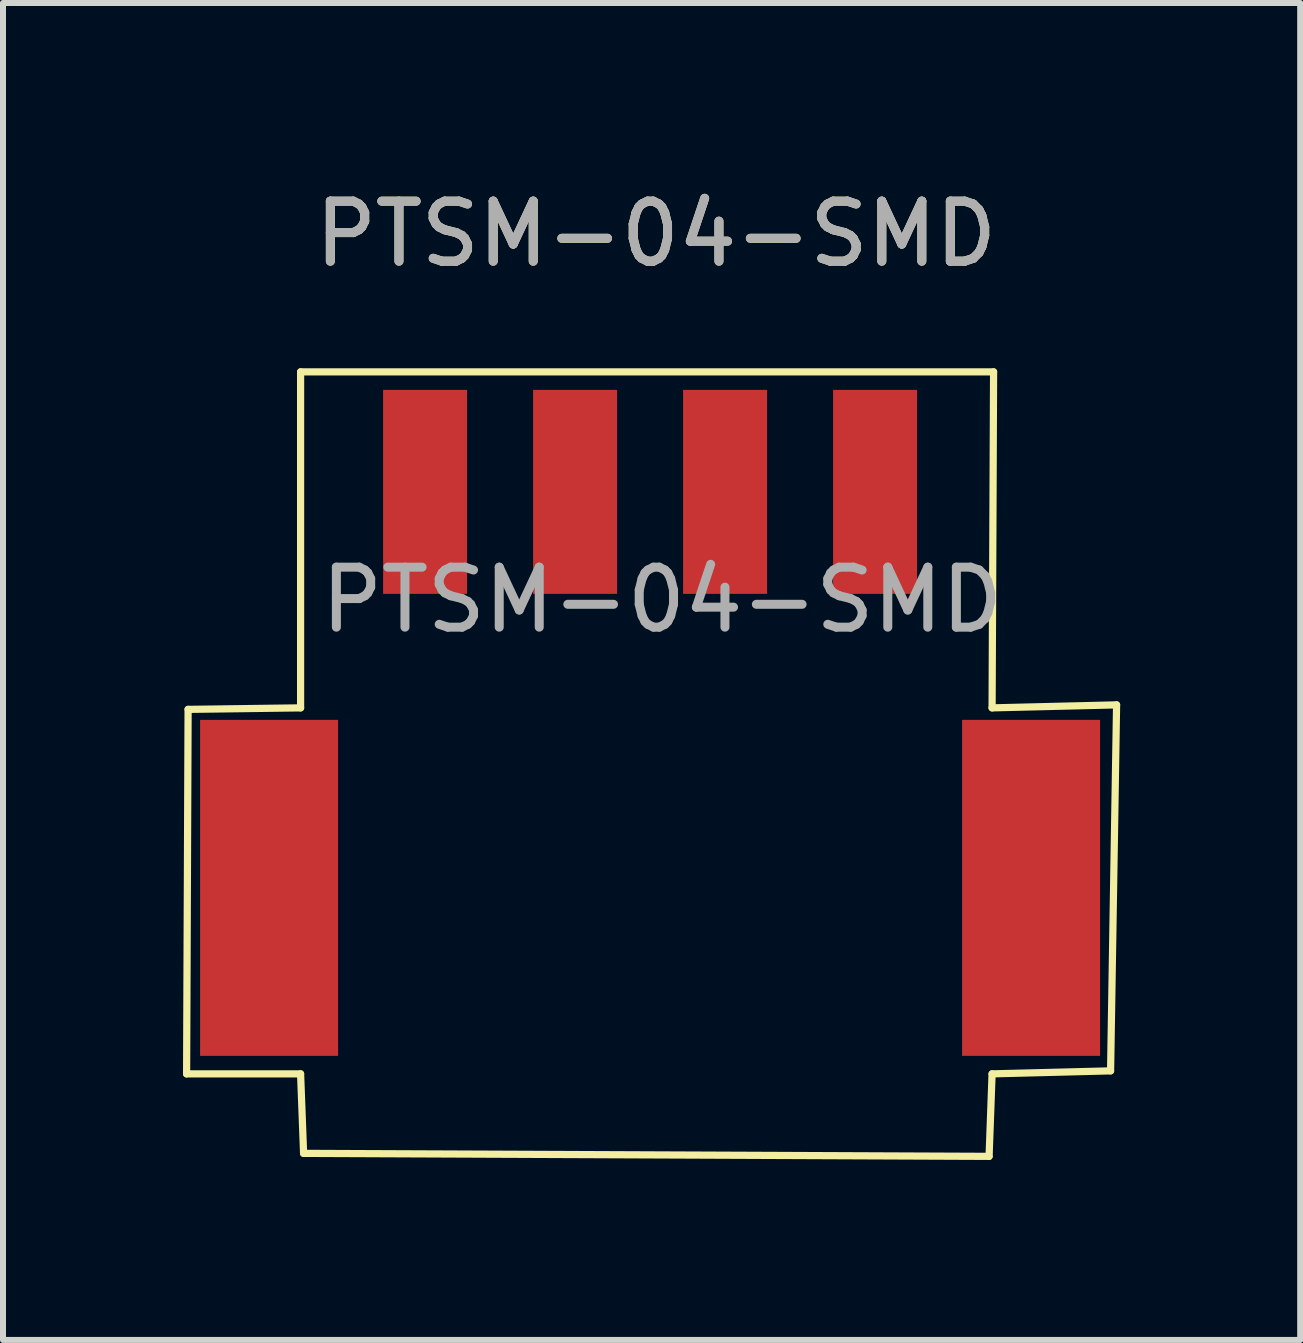
<source format=kicad_pcb>
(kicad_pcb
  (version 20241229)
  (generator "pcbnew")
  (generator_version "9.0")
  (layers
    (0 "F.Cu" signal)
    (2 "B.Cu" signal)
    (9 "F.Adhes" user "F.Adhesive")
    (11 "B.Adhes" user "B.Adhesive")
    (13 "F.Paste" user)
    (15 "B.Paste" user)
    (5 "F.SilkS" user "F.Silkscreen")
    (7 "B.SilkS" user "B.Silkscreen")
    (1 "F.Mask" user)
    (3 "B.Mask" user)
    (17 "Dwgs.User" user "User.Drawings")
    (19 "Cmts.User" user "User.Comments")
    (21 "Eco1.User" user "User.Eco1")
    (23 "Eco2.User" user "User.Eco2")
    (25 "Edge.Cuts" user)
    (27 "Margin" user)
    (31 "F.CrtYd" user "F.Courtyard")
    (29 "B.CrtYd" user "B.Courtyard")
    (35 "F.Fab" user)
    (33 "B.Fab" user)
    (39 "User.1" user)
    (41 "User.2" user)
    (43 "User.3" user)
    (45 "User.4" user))
  (footprint "PTSM-04-SMD"
    (layer "F.Cu")
    (at 7.785 11.748)
    (property "Reference" "PTSM-04-SMD" (at 0.1 -10.9 0) (unlocked yes) (layer "F.SilkS") (effects (font (size 1 1) (thickness 0.15))))
    (attr smd)
    (fp_line (start -7.725 3.1) (end -7.7 -2.975) (stroke (width 0.12) (type solid)) (layer "F.SilkS"))
    (fp_line (start -7.7 -2.975) (end -5.825 -3) (stroke (width 0.12) (type solid)) (layer "F.SilkS"))
    (fp_line (start -5.825 -8.6) (end 5.725 -8.6) (stroke (width 0.12) (type solid)) (layer "F.SilkS"))
    (fp_line (start -5.825 -3) (end -5.825 -8.6) (stroke (width 0.12) (type solid)) (layer "F.SilkS"))
    (fp_line (start -5.825 3.1) (end -7.725 3.1) (stroke (width 0.12) (type solid)) (layer "F.SilkS"))
    (fp_line (start -5.775 4.425) (end -5.825 3.1) (stroke (width 0.12) (type solid)) (layer "F.SilkS"))
    (fp_line (start 5.65 4.475) (end -5.775 4.425) (stroke (width 0.12) (type solid)) (layer "F.SilkS"))
    (fp_line (start 5.7 -3) (end 7.775 -3.05) (stroke (width 0.12) (type solid)) (layer "F.SilkS"))
    (fp_line (start 5.7 3.1) (end 5.65 4.475) (stroke (width 0.12) (type solid)) (layer "F.SilkS"))
    (fp_line (start 5.725 -8.6) (end 5.7 -3) (stroke (width 0.12) (type solid)) (layer "F.SilkS"))
    (fp_line (start 7.675 3.05) (end 5.7 3.1) (stroke (width 0.12) (type solid)) (layer "F.SilkS"))
    (fp_line (start 7.775 -3.05) (end 7.675 3.05) (stroke (width 0.12) (type solid)) (layer "F.SilkS"))
    (fp_text user "${REFERENCE}" (at 0.1 -10.9 0) (unlocked yes) (layer "F.Fab") (effects (font (size 1 1) (thickness 0.15))))
    (fp_text user "${REFERENCE}" (at 0.2 -4.8 0) (unlocked yes) (layer "F.Fab") (effects (font (size 1 1) (thickness 0.15))))
    (pad "" smd rect (at -6.35 0) (size 2.3 5.6) (layers "F.Cu" "F.Mask" "F.Paste"))
    (pad "" smd rect (at 6.35 0) (size 2.3 5.6) (layers "F.Cu" "F.Mask" "F.Paste"))
    (pad "1" smd rect (at -3.75 -6.6) (size 1.4 3.4) (layers "F.Cu" "F.Mask" "F.Paste"))
    (pad "2" smd rect (at -1.25 -6.6) (size 1.4 3.4) (layers "F.Cu" "F.Mask" "F.Paste"))
    (pad "3" smd rect (at 1.25 -6.6) (size 1.4 3.4) (layers "F.Cu" "F.Mask" "F.Paste"))
    (pad "4" smd rect (at 3.75 -6.6) (size 1.4 3.4) (layers "F.Cu" "F.Mask" "F.Paste")))
  (gr_rect
    (start -3 -3)
    (end 18.62 19.283)
    (stroke (width 0.1) (type default))
    (fill no)
    (layer "Edge.Cuts")))
</source>
